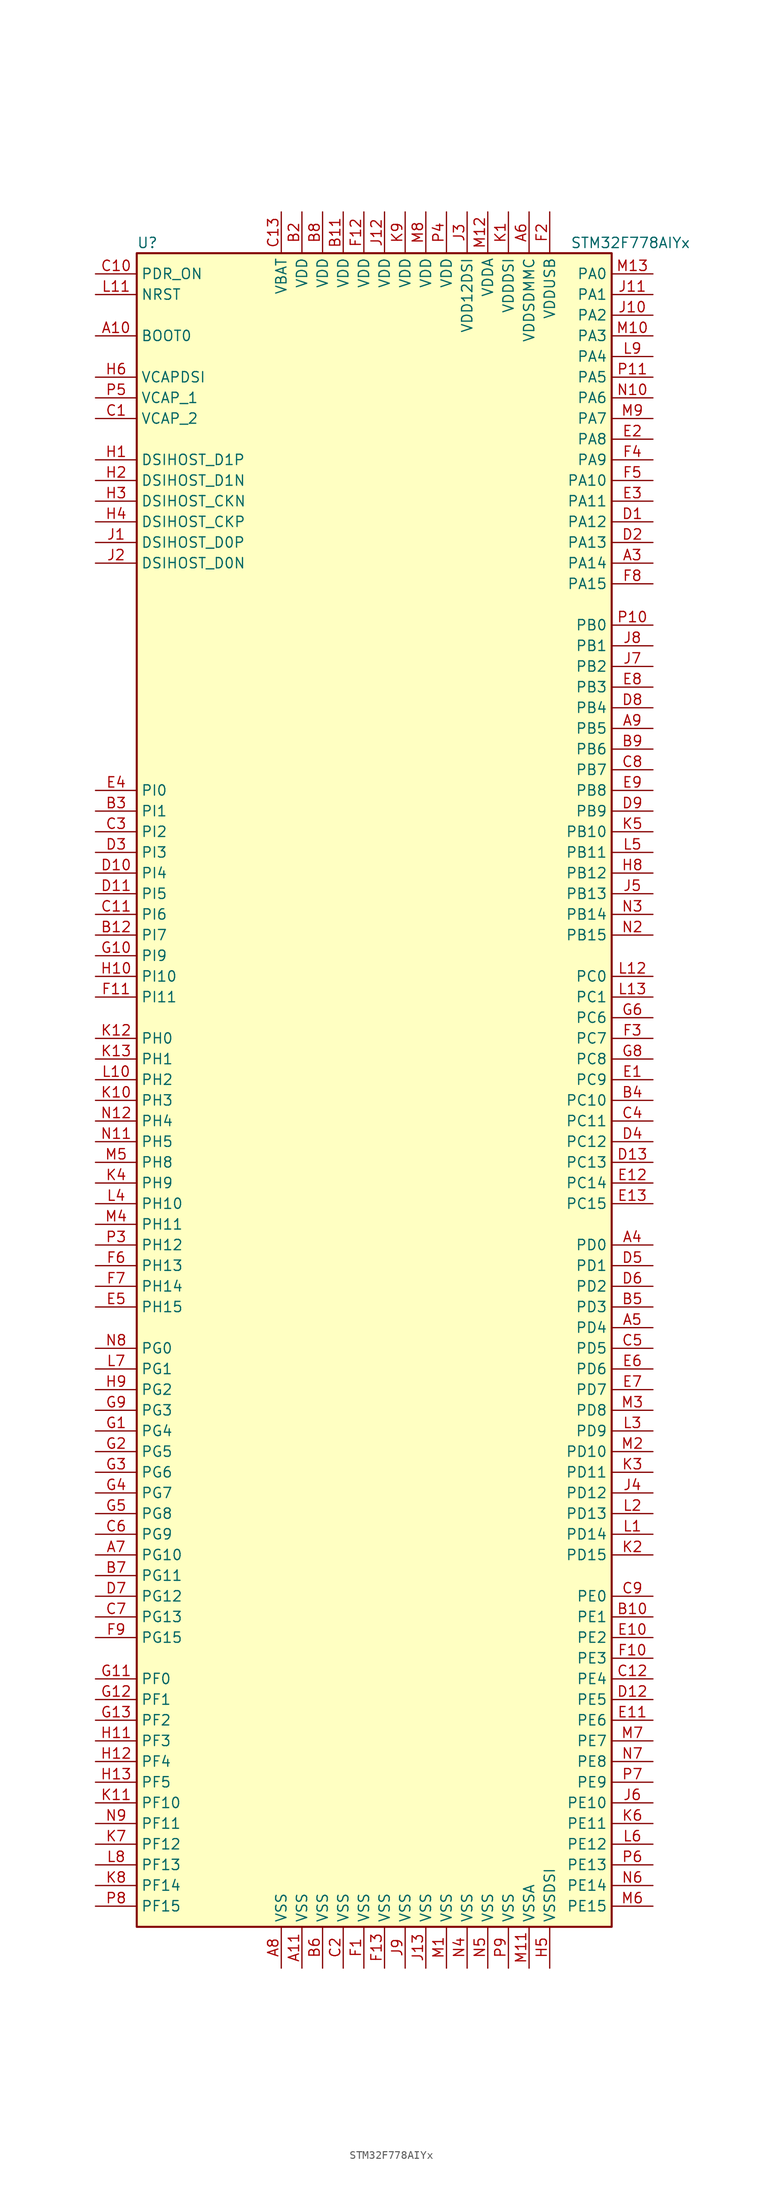
<source format=kicad_sym>
(kicad_symbol_lib
  (version 20201005)
  (generator kicad_symbol_editor)
  (symbol "STM32F778AIYx"
    (property "Reference" "U"
      (at -30.48 102.87 0)
      (effects (font (size 1.27 1.27)) (justify left)))
    (property "Value" "STM32F778AIYx"
      (at 22.86 102.87 0)
      (effects (font (size 1.27 1.27)) (justify left)))
    (symbol "STM32F778AIYx_0_1"
      (rectangle (start -30.48 -104.14) (end 27.94 101.6) (stroke (width 0.254)) (fill (type background))))
    (symbol "STM32F778AIYx_1_1"
      (pin input line (at -35.56 91.44 0) (length 5.08) (name "BOOT0" (effects (font (size 1.27 1.27)))) (number "A10" (effects (font (size 1.27 1.27)))))
      (pin bidirectional line (at -35.56 71.12 0) (length 5.08) (name "DSIHOST_CKN" (effects (font (size 1.27 1.27)))) (number "H3" (effects (font (size 1.27 1.27)))))
      (pin bidirectional line (at -35.56 68.58 0) (length 5.08) (name "DSIHOST_CKP" (effects (font (size 1.27 1.27)))) (number "H4" (effects (font (size 1.27 1.27)))))
      (pin bidirectional line (at -35.56 63.5 0) (length 5.08) (name "DSIHOST_D0N" (effects (font (size 1.27 1.27)))) (number "J2" (effects (font (size 1.27 1.27)))))
      (pin bidirectional line (at -35.56 66.04 0) (length 5.08) (name "DSIHOST_D0P" (effects (font (size 1.27 1.27)))) (number "J1" (effects (font (size 1.27 1.27)))))
      (pin bidirectional line (at -35.56 73.66 0) (length 5.08) (name "DSIHOST_D1N" (effects (font (size 1.27 1.27)))) (number "H2" (effects (font (size 1.27 1.27)))))
      (pin bidirectional line (at -35.56 76.2 0) (length 5.08) (name "DSIHOST_D1P" (effects (font (size 1.27 1.27)))) (number "H1" (effects (font (size 1.27 1.27)))))
      (pin no_connect line (at -30.48 -101.6 0) (length 5.08) hide (name "NC" (effects (font (size 1.27 1.27)))) (number "A1" (effects (font (size 1.27 1.27)))))
      (pin no_connect line (at -30.48 -96.52 0) (length 5.08) hide (name "NC" (effects (font (size 1.27 1.27)))) (number "A12" (effects (font (size 1.27 1.27)))))
      (pin no_connect line (at -30.48 -93.98 0) (length 5.08) hide (name "NC" (effects (font (size 1.27 1.27)))) (number "A13" (effects (font (size 1.27 1.27)))))
      (pin no_connect line (at -30.48 -99.06 0) (length 5.08) hide (name "NC" (effects (font (size 1.27 1.27)))) (number "A2" (effects (font (size 1.27 1.27)))))
      (pin no_connect line (at -30.48 -91.44 0) (length 5.08) hide (name "NC" (effects (font (size 1.27 1.27)))) (number "B1" (effects (font (size 1.27 1.27)))))
      (pin no_connect line (at -30.48 -88.9 0) (length 5.08) hide (name "NC" (effects (font (size 1.27 1.27)))) (number "B13" (effects (font (size 1.27 1.27)))))
      (pin no_connect line (at -30.48 -86.36 0) (length 5.08) hide (name "NC" (effects (font (size 1.27 1.27)))) (number "N1" (effects (font (size 1.27 1.27)))))
      (pin no_connect line (at -30.48 -83.82 0) (length 5.08) hide (name "NC" (effects (font (size 1.27 1.27)))) (number "N13" (effects (font (size 1.27 1.27)))))
      (pin no_connect line (at -30.48 -81.28 0) (length 5.08) hide (name "NC" (effects (font (size 1.27 1.27)))) (number "P1" (effects (font (size 1.27 1.27)))))
      (pin no_connect line (at -30.48 -76.2 0) (length 5.08) hide (name "NC" (effects (font (size 1.27 1.27)))) (number "P12" (effects (font (size 1.27 1.27)))))
      (pin no_connect line (at -30.48 -73.66 0) (length 5.08) hide (name "NC" (effects (font (size 1.27 1.27)))) (number "P13" (effects (font (size 1.27 1.27)))))
      (pin no_connect line (at -30.48 -78.74 0) (length 5.08) hide (name "NC" (effects (font (size 1.27 1.27)))) (number "P2" (effects (font (size 1.27 1.27)))))
      (pin input line (at -35.56 96.52 0) (length 5.08) (name "NRST" (effects (font (size 1.27 1.27)))) (number "L11" (effects (font (size 1.27 1.27)))))
      (pin bidirectional line (at 33.02 99.06 180) (length 5.08) (name "PA0" (effects (font (size 1.27 1.27)))) (number "M13" (effects (font (size 1.27 1.27)))))
      (pin bidirectional line (at 33.02 96.52 180) (length 5.08) (name "PA1" (effects (font (size 1.27 1.27)))) (number "J11" (effects (font (size 1.27 1.27)))))
      (pin bidirectional line (at 33.02 73.66 180) (length 5.08) (name "PA10" (effects (font (size 1.27 1.27)))) (number "F5" (effects (font (size 1.27 1.27)))))
      (pin bidirectional line (at 33.02 71.12 180) (length 5.08) (name "PA11" (effects (font (size 1.27 1.27)))) (number "E3" (effects (font (size 1.27 1.27)))))
      (pin bidirectional line (at 33.02 68.58 180) (length 5.08) (name "PA12" (effects (font (size 1.27 1.27)))) (number "D1" (effects (font (size 1.27 1.27)))))
      (pin bidirectional line (at 33.02 66.04 180) (length 5.08) (name "PA13" (effects (font (size 1.27 1.27)))) (number "D2" (effects (font (size 1.27 1.27)))))
      (pin bidirectional line (at 33.02 63.5 180) (length 5.08) (name "PA14" (effects (font (size 1.27 1.27)))) (number "A3" (effects (font (size 1.27 1.27)))))
      (pin bidirectional line (at 33.02 60.96 180) (length 5.08) (name "PA15" (effects (font (size 1.27 1.27)))) (number "F8" (effects (font (size 1.27 1.27)))))
      (pin bidirectional line (at 33.02 93.98 180) (length 5.08) (name "PA2" (effects (font (size 1.27 1.27)))) (number "J10" (effects (font (size 1.27 1.27)))))
      (pin bidirectional line (at 33.02 91.44 180) (length 5.08) (name "PA3" (effects (font (size 1.27 1.27)))) (number "M10" (effects (font (size 1.27 1.27)))))
      (pin bidirectional line (at 33.02 88.9 180) (length 5.08) (name "PA4" (effects (font (size 1.27 1.27)))) (number "L9" (effects (font (size 1.27 1.27)))))
      (pin bidirectional line (at 33.02 86.36 180) (length 5.08) (name "PA5" (effects (font (size 1.27 1.27)))) (number "P11" (effects (font (size 1.27 1.27)))))
      (pin bidirectional line (at 33.02 83.82 180) (length 5.08) (name "PA6" (effects (font (size 1.27 1.27)))) (number "N10" (effects (font (size 1.27 1.27)))))
      (pin bidirectional line (at 33.02 81.28 180) (length 5.08) (name "PA7" (effects (font (size 1.27 1.27)))) (number "M9" (effects (font (size 1.27 1.27)))))
      (pin bidirectional line (at 33.02 78.74 180) (length 5.08) (name "PA8" (effects (font (size 1.27 1.27)))) (number "E2" (effects (font (size 1.27 1.27)))))
      (pin bidirectional line (at 33.02 76.2 180) (length 5.08) (name "PA9" (effects (font (size 1.27 1.27)))) (number "F4" (effects (font (size 1.27 1.27)))))
      (pin bidirectional line (at 33.02 55.88 180) (length 5.08) (name "PB0" (effects (font (size 1.27 1.27)))) (number "P10" (effects (font (size 1.27 1.27)))))
      (pin bidirectional line (at 33.02 53.34 180) (length 5.08) (name "PB1" (effects (font (size 1.27 1.27)))) (number "J8" (effects (font (size 1.27 1.27)))))
      (pin bidirectional line (at 33.02 30.48 180) (length 5.08) (name "PB10" (effects (font (size 1.27 1.27)))) (number "K5" (effects (font (size 1.27 1.27)))))
      (pin bidirectional line (at 33.02 27.94 180) (length 5.08) (name "PB11" (effects (font (size 1.27 1.27)))) (number "L5" (effects (font (size 1.27 1.27)))))
      (pin bidirectional line (at 33.02 25.4 180) (length 5.08) (name "PB12" (effects (font (size 1.27 1.27)))) (number "H8" (effects (font (size 1.27 1.27)))))
      (pin bidirectional line (at 33.02 22.86 180) (length 5.08) (name "PB13" (effects (font (size 1.27 1.27)))) (number "J5" (effects (font (size 1.27 1.27)))))
      (pin bidirectional line (at 33.02 20.32 180) (length 5.08) (name "PB14" (effects (font (size 1.27 1.27)))) (number "N3" (effects (font (size 1.27 1.27)))))
      (pin bidirectional line (at 33.02 17.78 180) (length 5.08) (name "PB15" (effects (font (size 1.27 1.27)))) (number "N2" (effects (font (size 1.27 1.27)))))
      (pin bidirectional line (at 33.02 50.8 180) (length 5.08) (name "PB2" (effects (font (size 1.27 1.27)))) (number "J7" (effects (font (size 1.27 1.27)))))
      (pin bidirectional line (at 33.02 48.26 180) (length 5.08) (name "PB3" (effects (font (size 1.27 1.27)))) (number "E8" (effects (font (size 1.27 1.27)))))
      (pin bidirectional line (at 33.02 45.72 180) (length 5.08) (name "PB4" (effects (font (size 1.27 1.27)))) (number "D8" (effects (font (size 1.27 1.27)))))
      (pin bidirectional line (at 33.02 43.18 180) (length 5.08) (name "PB5" (effects (font (size 1.27 1.27)))) (number "A9" (effects (font (size 1.27 1.27)))))
      (pin bidirectional line (at 33.02 40.64 180) (length 5.08) (name "PB6" (effects (font (size 1.27 1.27)))) (number "B9" (effects (font (size 1.27 1.27)))))
      (pin bidirectional line (at 33.02 38.1 180) (length 5.08) (name "PB7" (effects (font (size 1.27 1.27)))) (number "C8" (effects (font (size 1.27 1.27)))))
      (pin bidirectional line (at 33.02 35.56 180) (length 5.08) (name "PB8" (effects (font (size 1.27 1.27)))) (number "E9" (effects (font (size 1.27 1.27)))))
      (pin bidirectional line (at 33.02 33.02 180) (length 5.08) (name "PB9" (effects (font (size 1.27 1.27)))) (number "D9" (effects (font (size 1.27 1.27)))))
      (pin bidirectional line (at 33.02 12.7 180) (length 5.08) (name "PC0" (effects (font (size 1.27 1.27)))) (number "L12" (effects (font (size 1.27 1.27)))))
      (pin bidirectional line (at 33.02 10.16 180) (length 5.08) (name "PC1" (effects (font (size 1.27 1.27)))) (number "L13" (effects (font (size 1.27 1.27)))))
      (pin bidirectional line (at 33.02 -2.54 180) (length 5.08) (name "PC10" (effects (font (size 1.27 1.27)))) (number "B4" (effects (font (size 1.27 1.27)))))
      (pin bidirectional line (at 33.02 -5.08 180) (length 5.08) (name "PC11" (effects (font (size 1.27 1.27)))) (number "C4" (effects (font (size 1.27 1.27)))))
      (pin bidirectional line (at 33.02 -7.62 180) (length 5.08) (name "PC12" (effects (font (size 1.27 1.27)))) (number "D4" (effects (font (size 1.27 1.27)))))
      (pin bidirectional line (at 33.02 -10.16 180) (length 5.08) (name "PC13" (effects (font (size 1.27 1.27)))) (number "D13" (effects (font (size 1.27 1.27)))))
      (pin bidirectional line (at 33.02 -12.7 180) (length 5.08) (name "PC14" (effects (font (size 1.27 1.27)))) (number "E12" (effects (font (size 1.27 1.27)))))
      (pin bidirectional line (at 33.02 -15.24 180) (length 5.08) (name "PC15" (effects (font (size 1.27 1.27)))) (number "E13" (effects (font (size 1.27 1.27)))))
      (pin bidirectional line (at 33.02 7.62 180) (length 5.08) (name "PC6" (effects (font (size 1.27 1.27)))) (number "G6" (effects (font (size 1.27 1.27)))))
      (pin bidirectional line (at 33.02 5.08 180) (length 5.08) (name "PC7" (effects (font (size 1.27 1.27)))) (number "F3" (effects (font (size 1.27 1.27)))))
      (pin bidirectional line (at 33.02 2.54 180) (length 5.08) (name "PC8" (effects (font (size 1.27 1.27)))) (number "G8" (effects (font (size 1.27 1.27)))))
      (pin bidirectional line (at 33.02 0 180) (length 5.08) (name "PC9" (effects (font (size 1.27 1.27)))) (number "E1" (effects (font (size 1.27 1.27)))))
      (pin bidirectional line (at 33.02 -20.32 180) (length 5.08) (name "PD0" (effects (font (size 1.27 1.27)))) (number "A4" (effects (font (size 1.27 1.27)))))
      (pin bidirectional line (at 33.02 -22.86 180) (length 5.08) (name "PD1" (effects (font (size 1.27 1.27)))) (number "D5" (effects (font (size 1.27 1.27)))))
      (pin bidirectional line (at 33.02 -45.72 180) (length 5.08) (name "PD10" (effects (font (size 1.27 1.27)))) (number "M2" (effects (font (size 1.27 1.27)))))
      (pin bidirectional line (at 33.02 -48.26 180) (length 5.08) (name "PD11" (effects (font (size 1.27 1.27)))) (number "K3" (effects (font (size 1.27 1.27)))))
      (pin bidirectional line (at 33.02 -50.8 180) (length 5.08) (name "PD12" (effects (font (size 1.27 1.27)))) (number "J4" (effects (font (size 1.27 1.27)))))
      (pin bidirectional line (at 33.02 -53.34 180) (length 5.08) (name "PD13" (effects (font (size 1.27 1.27)))) (number "L2" (effects (font (size 1.27 1.27)))))
      (pin bidirectional line (at 33.02 -55.88 180) (length 5.08) (name "PD14" (effects (font (size 1.27 1.27)))) (number "L1" (effects (font (size 1.27 1.27)))))
      (pin bidirectional line (at 33.02 -58.42 180) (length 5.08) (name "PD15" (effects (font (size 1.27 1.27)))) (number "K2" (effects (font (size 1.27 1.27)))))
      (pin bidirectional line (at 33.02 -25.4 180) (length 5.08) (name "PD2" (effects (font (size 1.27 1.27)))) (number "D6" (effects (font (size 1.27 1.27)))))
      (pin bidirectional line (at 33.02 -27.94 180) (length 5.08) (name "PD3" (effects (font (size 1.27 1.27)))) (number "B5" (effects (font (size 1.27 1.27)))))
      (pin bidirectional line (at 33.02 -30.48 180) (length 5.08) (name "PD4" (effects (font (size 1.27 1.27)))) (number "A5" (effects (font (size 1.27 1.27)))))
      (pin bidirectional line (at 33.02 -33.02 180) (length 5.08) (name "PD5" (effects (font (size 1.27 1.27)))) (number "C5" (effects (font (size 1.27 1.27)))))
      (pin bidirectional line (at 33.02 -35.56 180) (length 5.08) (name "PD6" (effects (font (size 1.27 1.27)))) (number "E6" (effects (font (size 1.27 1.27)))))
      (pin bidirectional line (at 33.02 -38.1 180) (length 5.08) (name "PD7" (effects (font (size 1.27 1.27)))) (number "E7" (effects (font (size 1.27 1.27)))))
      (pin bidirectional line (at 33.02 -40.64 180) (length 5.08) (name "PD8" (effects (font (size 1.27 1.27)))) (number "M3" (effects (font (size 1.27 1.27)))))
      (pin bidirectional line (at 33.02 -43.18 180) (length 5.08) (name "PD9" (effects (font (size 1.27 1.27)))) (number "L3" (effects (font (size 1.27 1.27)))))
      (pin input line (at -35.56 99.06 0) (length 5.08) (name "PDR_ON" (effects (font (size 1.27 1.27)))) (number "C10" (effects (font (size 1.27 1.27)))))
      (pin bidirectional line (at 33.02 -63.5 180) (length 5.08) (name "PE0" (effects (font (size 1.27 1.27)))) (number "C9" (effects (font (size 1.27 1.27)))))
      (pin bidirectional line (at 33.02 -66.04 180) (length 5.08) (name "PE1" (effects (font (size 1.27 1.27)))) (number "B10" (effects (font (size 1.27 1.27)))))
      (pin bidirectional line (at 33.02 -88.9 180) (length 5.08) (name "PE10" (effects (font (size 1.27 1.27)))) (number "J6" (effects (font (size 1.27 1.27)))))
      (pin bidirectional line (at 33.02 -91.44 180) (length 5.08) (name "PE11" (effects (font (size 1.27 1.27)))) (number "K6" (effects (font (size 1.27 1.27)))))
      (pin bidirectional line (at 33.02 -93.98 180) (length 5.08) (name "PE12" (effects (font (size 1.27 1.27)))) (number "L6" (effects (font (size 1.27 1.27)))))
      (pin bidirectional line (at 33.02 -96.52 180) (length 5.08) (name "PE13" (effects (font (size 1.27 1.27)))) (number "P6" (effects (font (size 1.27 1.27)))))
      (pin bidirectional line (at 33.02 -99.06 180) (length 5.08) (name "PE14" (effects (font (size 1.27 1.27)))) (number "N6" (effects (font (size 1.27 1.27)))))
      (pin bidirectional line (at 33.02 -101.6 180) (length 5.08) (name "PE15" (effects (font (size 1.27 1.27)))) (number "M6" (effects (font (size 1.27 1.27)))))
      (pin bidirectional line (at 33.02 -68.58 180) (length 5.08) (name "PE2" (effects (font (size 1.27 1.27)))) (number "E10" (effects (font (size 1.27 1.27)))))
      (pin bidirectional line (at 33.02 -71.12 180) (length 5.08) (name "PE3" (effects (font (size 1.27 1.27)))) (number "F10" (effects (font (size 1.27 1.27)))))
      (pin bidirectional line (at 33.02 -73.66 180) (length 5.08) (name "PE4" (effects (font (size 1.27 1.27)))) (number "C12" (effects (font (size 1.27 1.27)))))
      (pin bidirectional line (at 33.02 -76.2 180) (length 5.08) (name "PE5" (effects (font (size 1.27 1.27)))) (number "D12" (effects (font (size 1.27 1.27)))))
      (pin bidirectional line (at 33.02 -78.74 180) (length 5.08) (name "PE6" (effects (font (size 1.27 1.27)))) (number "E11" (effects (font (size 1.27 1.27)))))
      (pin bidirectional line (at 33.02 -81.28 180) (length 5.08) (name "PE7" (effects (font (size 1.27 1.27)))) (number "M7" (effects (font (size 1.27 1.27)))))
      (pin bidirectional line (at 33.02 -83.82 180) (length 5.08) (name "PE8" (effects (font (size 1.27 1.27)))) (number "N7" (effects (font (size 1.27 1.27)))))
      (pin bidirectional line (at 33.02 -86.36 180) (length 5.08) (name "PE9" (effects (font (size 1.27 1.27)))) (number "P7" (effects (font (size 1.27 1.27)))))
      (pin bidirectional line (at -35.56 -73.66 0) (length 5.08) (name "PF0" (effects (font (size 1.27 1.27)))) (number "G11" (effects (font (size 1.27 1.27)))))
      (pin bidirectional line (at -35.56 -76.2 0) (length 5.08) (name "PF1" (effects (font (size 1.27 1.27)))) (number "G12" (effects (font (size 1.27 1.27)))))
      (pin bidirectional line (at -35.56 -88.9 0) (length 5.08) (name "PF10" (effects (font (size 1.27 1.27)))) (number "K11" (effects (font (size 1.27 1.27)))))
      (pin bidirectional line (at -35.56 -91.44 0) (length 5.08) (name "PF11" (effects (font (size 1.27 1.27)))) (number "N9" (effects (font (size 1.27 1.27)))))
      (pin bidirectional line (at -35.56 -93.98 0) (length 5.08) (name "PF12" (effects (font (size 1.27 1.27)))) (number "K7" (effects (font (size 1.27 1.27)))))
      (pin bidirectional line (at -35.56 -96.52 0) (length 5.08) (name "PF13" (effects (font (size 1.27 1.27)))) (number "L8" (effects (font (size 1.27 1.27)))))
      (pin bidirectional line (at -35.56 -99.06 0) (length 5.08) (name "PF14" (effects (font (size 1.27 1.27)))) (number "K8" (effects (font (size 1.27 1.27)))))
      (pin bidirectional line (at -35.56 -101.6 0) (length 5.08) (name "PF15" (effects (font (size 1.27 1.27)))) (number "P8" (effects (font (size 1.27 1.27)))))
      (pin bidirectional line (at -35.56 -78.74 0) (length 5.08) (name "PF2" (effects (font (size 1.27 1.27)))) (number "G13" (effects (font (size 1.27 1.27)))))
      (pin bidirectional line (at -35.56 -81.28 0) (length 5.08) (name "PF3" (effects (font (size 1.27 1.27)))) (number "H11" (effects (font (size 1.27 1.27)))))
      (pin bidirectional line (at -35.56 -83.82 0) (length 5.08) (name "PF4" (effects (font (size 1.27 1.27)))) (number "H12" (effects (font (size 1.27 1.27)))))
      (pin bidirectional line (at -35.56 -86.36 0) (length 5.08) (name "PF5" (effects (font (size 1.27 1.27)))) (number "H13" (effects (font (size 1.27 1.27)))))
      (pin bidirectional line (at -35.56 -33.02 0) (length 5.08) (name "PG0" (effects (font (size 1.27 1.27)))) (number "N8" (effects (font (size 1.27 1.27)))))
      (pin bidirectional line (at -35.56 -35.56 0) (length 5.08) (name "PG1" (effects (font (size 1.27 1.27)))) (number "L7" (effects (font (size 1.27 1.27)))))
      (pin bidirectional line (at -35.56 -58.42 0) (length 5.08) (name "PG10" (effects (font (size 1.27 1.27)))) (number "A7" (effects (font (size 1.27 1.27)))))
      (pin bidirectional line (at -35.56 -60.96 0) (length 5.08) (name "PG11" (effects (font (size 1.27 1.27)))) (number "B7" (effects (font (size 1.27 1.27)))))
      (pin bidirectional line (at -35.56 -63.5 0) (length 5.08) (name "PG12" (effects (font (size 1.27 1.27)))) (number "D7" (effects (font (size 1.27 1.27)))))
      (pin bidirectional line (at -35.56 -66.04 0) (length 5.08) (name "PG13" (effects (font (size 1.27 1.27)))) (number "C7" (effects (font (size 1.27 1.27)))))
      (pin bidirectional line (at -35.56 -68.58 0) (length 5.08) (name "PG15" (effects (font (size 1.27 1.27)))) (number "F9" (effects (font (size 1.27 1.27)))))
      (pin bidirectional line (at -35.56 -38.1 0) (length 5.08) (name "PG2" (effects (font (size 1.27 1.27)))) (number "H9" (effects (font (size 1.27 1.27)))))
      (pin bidirectional line (at -35.56 -40.64 0) (length 5.08) (name "PG3" (effects (font (size 1.27 1.27)))) (number "G9" (effects (font (size 1.27 1.27)))))
      (pin bidirectional line (at -35.56 -43.18 0) (length 5.08) (name "PG4" (effects (font (size 1.27 1.27)))) (number "G1" (effects (font (size 1.27 1.27)))))
      (pin bidirectional line (at -35.56 -45.72 0) (length 5.08) (name "PG5" (effects (font (size 1.27 1.27)))) (number "G2" (effects (font (size 1.27 1.27)))))
      (pin bidirectional line (at -35.56 -48.26 0) (length 5.08) (name "PG6" (effects (font (size 1.27 1.27)))) (number "G3" (effects (font (size 1.27 1.27)))))
      (pin bidirectional line (at -35.56 -50.8 0) (length 5.08) (name "PG7" (effects (font (size 1.27 1.27)))) (number "G4" (effects (font (size 1.27 1.27)))))
      (pin bidirectional line (at -35.56 -53.34 0) (length 5.08) (name "PG8" (effects (font (size 1.27 1.27)))) (number "G5" (effects (font (size 1.27 1.27)))))
      (pin bidirectional line (at -35.56 -55.88 0) (length 5.08) (name "PG9" (effects (font (size 1.27 1.27)))) (number "C6" (effects (font (size 1.27 1.27)))))
      (pin input line (at -35.56 5.08 0) (length 5.08) (name "PH0" (effects (font (size 1.27 1.27)))) (number "K12" (effects (font (size 1.27 1.27)))))
      (pin input line (at -35.56 2.54 0) (length 5.08) (name "PH1" (effects (font (size 1.27 1.27)))) (number "K13" (effects (font (size 1.27 1.27)))))
      (pin bidirectional line (at -35.56 -15.24 0) (length 5.08) (name "PH10" (effects (font (size 1.27 1.27)))) (number "L4" (effects (font (size 1.27 1.27)))))
      (pin bidirectional line (at -35.56 -17.78 0) (length 5.08) (name "PH11" (effects (font (size 1.27 1.27)))) (number "M4" (effects (font (size 1.27 1.27)))))
      (pin bidirectional line (at -35.56 -20.32 0) (length 5.08) (name "PH12" (effects (font (size 1.27 1.27)))) (number "P3" (effects (font (size 1.27 1.27)))))
      (pin bidirectional line (at -35.56 -22.86 0) (length 5.08) (name "PH13" (effects (font (size 1.27 1.27)))) (number "F6" (effects (font (size 1.27 1.27)))))
      (pin bidirectional line (at -35.56 -25.4 0) (length 5.08) (name "PH14" (effects (font (size 1.27 1.27)))) (number "F7" (effects (font (size 1.27 1.27)))))
      (pin bidirectional line (at -35.56 -27.94 0) (length 5.08) (name "PH15" (effects (font (size 1.27 1.27)))) (number "E5" (effects (font (size 1.27 1.27)))))
      (pin bidirectional line (at -35.56 0 0) (length 5.08) (name "PH2" (effects (font (size 1.27 1.27)))) (number "L10" (effects (font (size 1.27 1.27)))))
      (pin bidirectional line (at -35.56 -2.54 0) (length 5.08) (name "PH3" (effects (font (size 1.27 1.27)))) (number "K10" (effects (font (size 1.27 1.27)))))
      (pin bidirectional line (at -35.56 -5.08 0) (length 5.08) (name "PH4" (effects (font (size 1.27 1.27)))) (number "N12" (effects (font (size 1.27 1.27)))))
      (pin bidirectional line (at -35.56 -7.62 0) (length 5.08) (name "PH5" (effects (font (size 1.27 1.27)))) (number "N11" (effects (font (size 1.27 1.27)))))
      (pin bidirectional line (at -35.56 -10.16 0) (length 5.08) (name "PH8" (effects (font (size 1.27 1.27)))) (number "M5" (effects (font (size 1.27 1.27)))))
      (pin bidirectional line (at -35.56 -12.7 0) (length 5.08) (name "PH9" (effects (font (size 1.27 1.27)))) (number "K4" (effects (font (size 1.27 1.27)))))
      (pin bidirectional line (at -35.56 35.56 0) (length 5.08) (name "PI0" (effects (font (size 1.27 1.27)))) (number "E4" (effects (font (size 1.27 1.27)))))
      (pin bidirectional line (at -35.56 33.02 0) (length 5.08) (name "PI1" (effects (font (size 1.27 1.27)))) (number "B3" (effects (font (size 1.27 1.27)))))
      (pin bidirectional line (at -35.56 12.7 0) (length 5.08) (name "PI10" (effects (font (size 1.27 1.27)))) (number "H10" (effects (font (size 1.27 1.27)))))
      (pin bidirectional line (at -35.56 10.16 0) (length 5.08) (name "PI11" (effects (font (size 1.27 1.27)))) (number "F11" (effects (font (size 1.27 1.27)))))
      (pin bidirectional line (at -35.56 30.48 0) (length 5.08) (name "PI2" (effects (font (size 1.27 1.27)))) (number "C3" (effects (font (size 1.27 1.27)))))
      (pin bidirectional line (at -35.56 27.94 0) (length 5.08) (name "PI3" (effects (font (size 1.27 1.27)))) (number "D3" (effects (font (size 1.27 1.27)))))
      (pin bidirectional line (at -35.56 25.4 0) (length 5.08) (name "PI4" (effects (font (size 1.27 1.27)))) (number "D10" (effects (font (size 1.27 1.27)))))
      (pin bidirectional line (at -35.56 22.86 0) (length 5.08) (name "PI5" (effects (font (size 1.27 1.27)))) (number "D11" (effects (font (size 1.27 1.27)))))
      (pin bidirectional line (at -35.56 20.32 0) (length 5.08) (name "PI6" (effects (font (size 1.27 1.27)))) (number "C11" (effects (font (size 1.27 1.27)))))
      (pin bidirectional line (at -35.56 17.78 0) (length 5.08) (name "PI7" (effects (font (size 1.27 1.27)))) (number "B12" (effects (font (size 1.27 1.27)))))
      (pin bidirectional line (at -35.56 15.24 0) (length 5.08) (name "PI9" (effects (font (size 1.27 1.27)))) (number "G10" (effects (font (size 1.27 1.27)))))
      (pin power_in line (at -12.7 106.68 270) (length 5.08) (name "VBAT" (effects (font (size 1.27 1.27)))) (number "C13" (effects (font (size 1.27 1.27)))))
      (pin power_in line (at -35.56 86.36 0) (length 5.08) (name "VCAPDSI" (effects (font (size 1.27 1.27)))) (number "H6" (effects (font (size 1.27 1.27)))))
      (pin power_in line (at -35.56 83.82 0) (length 5.08) (name "VCAP_1" (effects (font (size 1.27 1.27)))) (number "P5" (effects (font (size 1.27 1.27)))))
      (pin power_in line (at -35.56 81.28 0) (length 5.08) (name "VCAP_2" (effects (font (size 1.27 1.27)))) (number "C1" (effects (font (size 1.27 1.27)))))
      (pin power_in line (at -5.08 106.68 270) (length 5.08) (name "VDD" (effects (font (size 1.27 1.27)))) (number "B11" (effects (font (size 1.27 1.27)))))
      (pin power_in line (at -10.16 106.68 270) (length 5.08) (name "VDD" (effects (font (size 1.27 1.27)))) (number "B2" (effects (font (size 1.27 1.27)))))
      (pin power_in line (at -7.62 106.68 270) (length 5.08) (name "VDD" (effects (font (size 1.27 1.27)))) (number "B8" (effects (font (size 1.27 1.27)))))
      (pin power_in line (at -2.54 106.68 270) (length 5.08) (name "VDD" (effects (font (size 1.27 1.27)))) (number "F12" (effects (font (size 1.27 1.27)))))
      (pin power_in line (at 0 106.68 270) (length 5.08) (name "VDD" (effects (font (size 1.27 1.27)))) (number "J12" (effects (font (size 1.27 1.27)))))
      (pin power_in line (at 2.54 106.68 270) (length 5.08) (name "VDD" (effects (font (size 1.27 1.27)))) (number "K9" (effects (font (size 1.27 1.27)))))
      (pin power_in line (at 5.08 106.68 270) (length 5.08) (name "VDD" (effects (font (size 1.27 1.27)))) (number "M8" (effects (font (size 1.27 1.27)))))
      (pin power_in line (at 7.62 106.68 270) (length 5.08) (name "VDD" (effects (font (size 1.27 1.27)))) (number "P4" (effects (font (size 1.27 1.27)))))
      (pin power_in line (at 10.16 106.68 270) (length 5.08) (name "VDD12DSI" (effects (font (size 1.27 1.27)))) (number "J3" (effects (font (size 1.27 1.27)))))
      (pin power_in line (at 12.7 106.68 270) (length 5.08) (name "VDDA" (effects (font (size 1.27 1.27)))) (number "M12" (effects (font (size 1.27 1.27)))))
      (pin power_in line (at 15.24 106.68 270) (length 5.08) (name "VDDDSI" (effects (font (size 1.27 1.27)))) (number "K1" (effects (font (size 1.27 1.27)))))
      (pin power_in line (at 17.78 106.68 270) (length 5.08) (name "VDDSDMMC" (effects (font (size 1.27 1.27)))) (number "A6" (effects (font (size 1.27 1.27)))))
      (pin power_in line (at 20.32 106.68 270) (length 5.08) (name "VDDUSB" (effects (font (size 1.27 1.27)))) (number "F2" (effects (font (size 1.27 1.27)))))
      (pin power_in line (at -10.16 -109.22 90) (length 5.08) (name "VSS" (effects (font (size 1.27 1.27)))) (number "A11" (effects (font (size 1.27 1.27)))))
      (pin power_in line (at -12.7 -109.22 90) (length 5.08) (name "VSS" (effects (font (size 1.27 1.27)))) (number "A8" (effects (font (size 1.27 1.27)))))
      (pin power_in line (at -7.62 -109.22 90) (length 5.08) (name "VSS" (effects (font (size 1.27 1.27)))) (number "B6" (effects (font (size 1.27 1.27)))))
      (pin power_in line (at -5.08 -109.22 90) (length 5.08) (name "VSS" (effects (font (size 1.27 1.27)))) (number "C2" (effects (font (size 1.27 1.27)))))
      (pin power_in line (at -2.54 -109.22 90) (length 5.08) (name "VSS" (effects (font (size 1.27 1.27)))) (number "F1" (effects (font (size 1.27 1.27)))))
      (pin power_in line (at 0 -109.22 90) (length 5.08) (name "VSS" (effects (font (size 1.27 1.27)))) (number "F13" (effects (font (size 1.27 1.27)))))
      (pin power_in line (at 5.08 -109.22 90) (length 5.08) (name "VSS" (effects (font (size 1.27 1.27)))) (number "J13" (effects (font (size 1.27 1.27)))))
      (pin power_in line (at 2.54 -109.22 90) (length 5.08) (name "VSS" (effects (font (size 1.27 1.27)))) (number "J9" (effects (font (size 1.27 1.27)))))
      (pin power_in line (at 7.62 -109.22 90) (length 5.08) (name "VSS" (effects (font (size 1.27 1.27)))) (number "M1" (effects (font (size 1.27 1.27)))))
      (pin power_in line (at 10.16 -109.22 90) (length 5.08) (name "VSS" (effects (font (size 1.27 1.27)))) (number "N4" (effects (font (size 1.27 1.27)))))
      (pin power_in line (at 12.7 -109.22 90) (length 5.08) (name "VSS" (effects (font (size 1.27 1.27)))) (number "N5" (effects (font (size 1.27 1.27)))))
      (pin power_in line (at 15.24 -109.22 90) (length 5.08) (name "VSS" (effects (font (size 1.27 1.27)))) (number "P9" (effects (font (size 1.27 1.27)))))
      (pin power_in line (at 17.78 -109.22 90) (length 5.08) (name "VSSA" (effects (font (size 1.27 1.27)))) (number "M11" (effects (font (size 1.27 1.27)))))
      (pin power_in line (at 20.32 -109.22 90) (length 5.08) (name "VSSDSI" (effects (font (size 1.27 1.27)))) (number "H5" (effects (font (size 1.27 1.27))))))))
</source>
